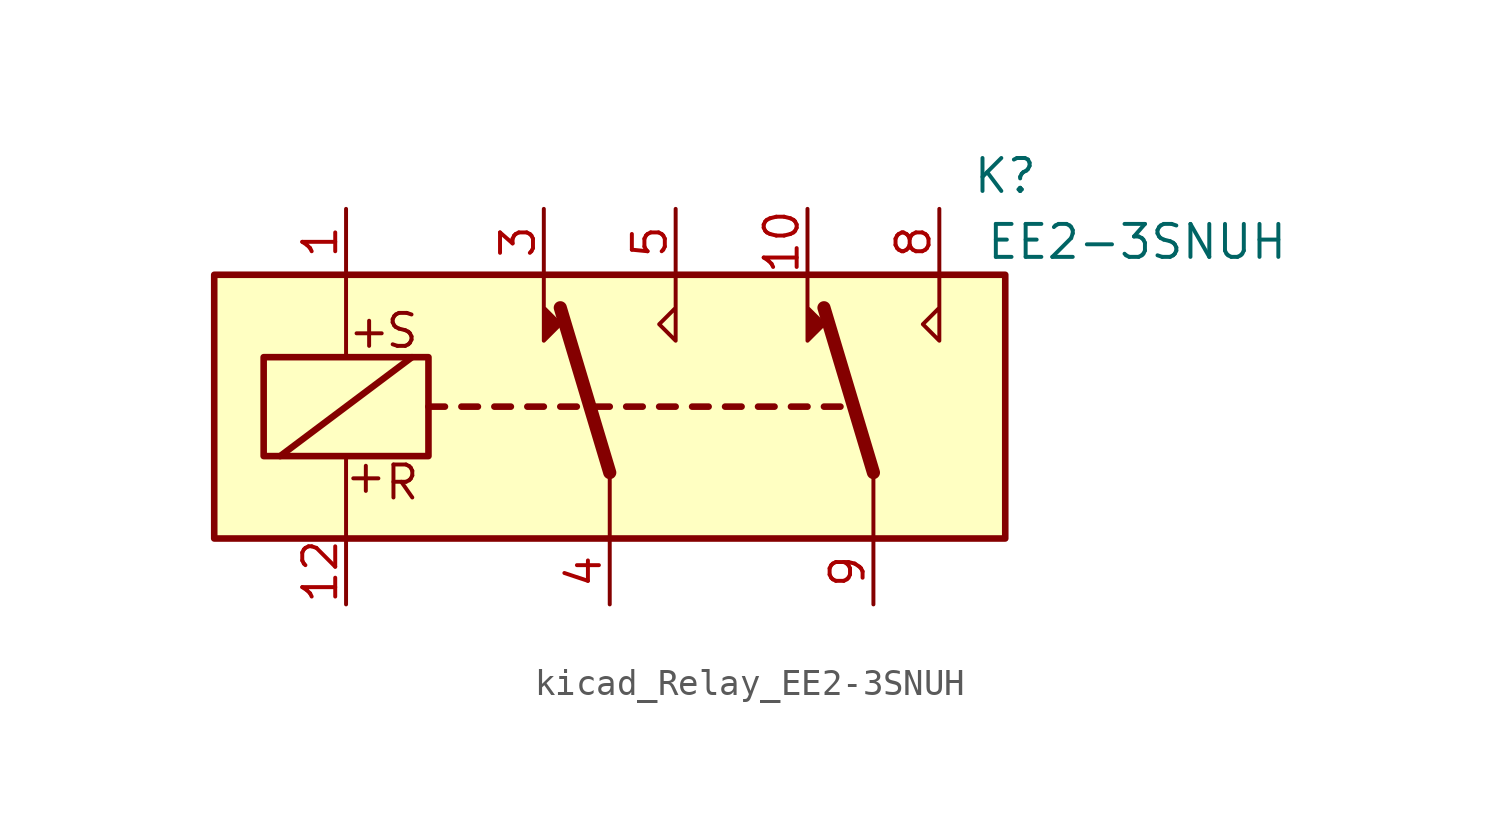
<source format=kicad_sym>
(kicad_symbol_lib
  (version 20220914)
  (generator kicad_symbol_editor)
  (symbol "kicad_Relay_EE2-3SNUH"
    (property "Reference" "K"
      (at 15.24 8.89 0)
      (effects (font (size 1.27 1.27))))
    (property "Value" "EE2-3SNUH"
      (at 20.32 6.35 0)
      (effects (font (size 1.27 1.27))))
    (symbol "kicad_Relay_EE2-3SNUH_1_1"
      (rectangle (start -15.24 5.08) (end 15.24 -5.08) (stroke (width 0.254) (type default)) (fill (type background)))
      (rectangle (start -13.335 1.905) (end -6.985 -1.905) (stroke (width 0.254) (type default)) (fill (type none)))
      (polyline (pts (xy -12.7 -1.905) (xy -7.62 1.905)) (stroke (width 0.254) (type default)) (fill (type none)))
      (polyline (pts (xy -10.16 -5.08) (xy -10.16 -1.905)) (stroke (width 0) (type default)) (fill (type none)))
      (polyline (pts (xy -10.16 5.08) (xy -10.16 1.905)) (stroke (width 0) (type default)) (fill (type none)))
      (polyline (pts (xy -6.985 0) (xy -6.35 0)) (stroke (width 0.254) (type default)) (fill (type none)))
      (polyline (pts (xy -5.715 0) (xy -5.08 0)) (stroke (width 0.254) (type default)) (fill (type none)))
      (polyline (pts (xy -4.445 0) (xy -3.81 0)) (stroke (width 0.254) (type default)) (fill (type none)))
      (polyline (pts (xy -3.175 0) (xy -2.54 0)) (stroke (width 0.254) (type default)) (fill (type none)))
      (polyline (pts (xy -1.905 0) (xy -1.27 0)) (stroke (width 0.254) (type default)) (fill (type none)))
      (polyline (pts (xy -0.635 0) (xy 0 0)) (stroke (width 0.254) (type default)) (fill (type none)))
      (polyline (pts (xy 0 -2.54) (xy -1.905 3.81)) (stroke (width 0.508) (type default)) (fill (type none)))
      (polyline (pts (xy 0 -2.54) (xy 0 -5.08)) (stroke (width 0) (type default)) (fill (type none)))
      (polyline (pts (xy 0.635 0) (xy 1.27 0)) (stroke (width 0.254) (type default)) (fill (type none)))
      (polyline (pts (xy 1.905 0) (xy 2.54 0)) (stroke (width 0.254) (type default)) (fill (type none)))
      (polyline (pts (xy 3.175 0) (xy 3.81 0)) (stroke (width 0.254) (type default)) (fill (type none)))
      (polyline (pts (xy 4.445 0) (xy 5.08 0)) (stroke (width 0.254) (type default)) (fill (type none)))
      (polyline (pts (xy 5.715 0) (xy 6.35 0)) (stroke (width 0.254) (type default)) (fill (type none)))
      (polyline (pts (xy 6.985 0) (xy 7.62 0)) (stroke (width 0.254) (type default)) (fill (type none)))
      (polyline (pts (xy 8.255 0) (xy 8.89 0)) (stroke (width 0.254) (type default)) (fill (type none)))
      (polyline (pts (xy 10.16 -2.54) (xy 8.255 3.81)) (stroke (width 0.508) (type default)) (fill (type none)))
      (polyline (pts (xy 10.16 -2.54) (xy 10.16 -5.08)) (stroke (width 0) (type default)) (fill (type none)))
      (polyline (pts (xy -2.54 5.08) (xy -2.54 2.54) (xy -1.905 3.175) (xy -2.54 3.81)) (stroke (width 0) (type default)) (fill (type outline)))
      (polyline (pts (xy 2.54 5.08) (xy 2.54 2.54) (xy 1.905 3.175) (xy 2.54 3.81)) (stroke (width 0) (type default)) (fill (type none)))
      (polyline (pts (xy 7.62 5.08) (xy 7.62 2.54) (xy 8.255 3.175) (xy 7.62 3.81)) (stroke (width 0) (type default)) (fill (type outline)))
      (polyline (pts (xy 12.7 5.08) (xy 12.7 2.54) (xy 12.065 3.175) (xy 12.7 3.81)) (stroke (width 0) (type default)) (fill (type none)))
      (text "+" (at -9.398 -2.667 0) (effects (font (size 1.27 1.27))))
      (text "+" (at -9.271 2.921 0) (effects (font (size 1.27 1.27))))
      (text "R" (at -8.001 -2.921 0) (effects (font (size 1.27 1.27))))
      (text "S" (at -8.001 2.921 0) (effects (font (size 1.27 1.27))))
      (pin passive line (at -10.16 7.62 270) (length 2.54) (name "~" (effects (font (size 1.27 1.27)))) (number "1" (effects (font (size 1.27 1.27)))))
      (pin passive line (at 7.62 7.62 270) (length 2.54) (name "~" (effects (font (size 1.27 1.27)))) (number "10" (effects (font (size 1.27 1.27)))))
      (pin passive line (at -10.16 -7.62 90) (length 2.54) (name "~" (effects (font (size 1.27 1.27)))) (number "12" (effects (font (size 1.27 1.27)))))
      (pin passive line (at -2.54 7.62 270) (length 2.54) (name "~" (effects (font (size 1.27 1.27)))) (number "3" (effects (font (size 1.27 1.27)))))
      (pin passive line (at 0 -7.62 90) (length 2.54) (name "~" (effects (font (size 1.27 1.27)))) (number "4" (effects (font (size 1.27 1.27)))))
      (pin passive line (at 2.54 7.62 270) (length 2.54) (name "~" (effects (font (size 1.27 1.27)))) (number "5" (effects (font (size 1.27 1.27)))))
      (pin passive line (at 12.7 7.62 270) (length 2.54) (name "~" (effects (font (size 1.27 1.27)))) (number "8" (effects (font (size 1.27 1.27)))))
      (pin passive line (at 10.16 -7.62 90) (length 2.54) (name "~" (effects (font (size 1.27 1.27)))) (number "9" (effects (font (size 1.27 1.27))))))))
</source>
